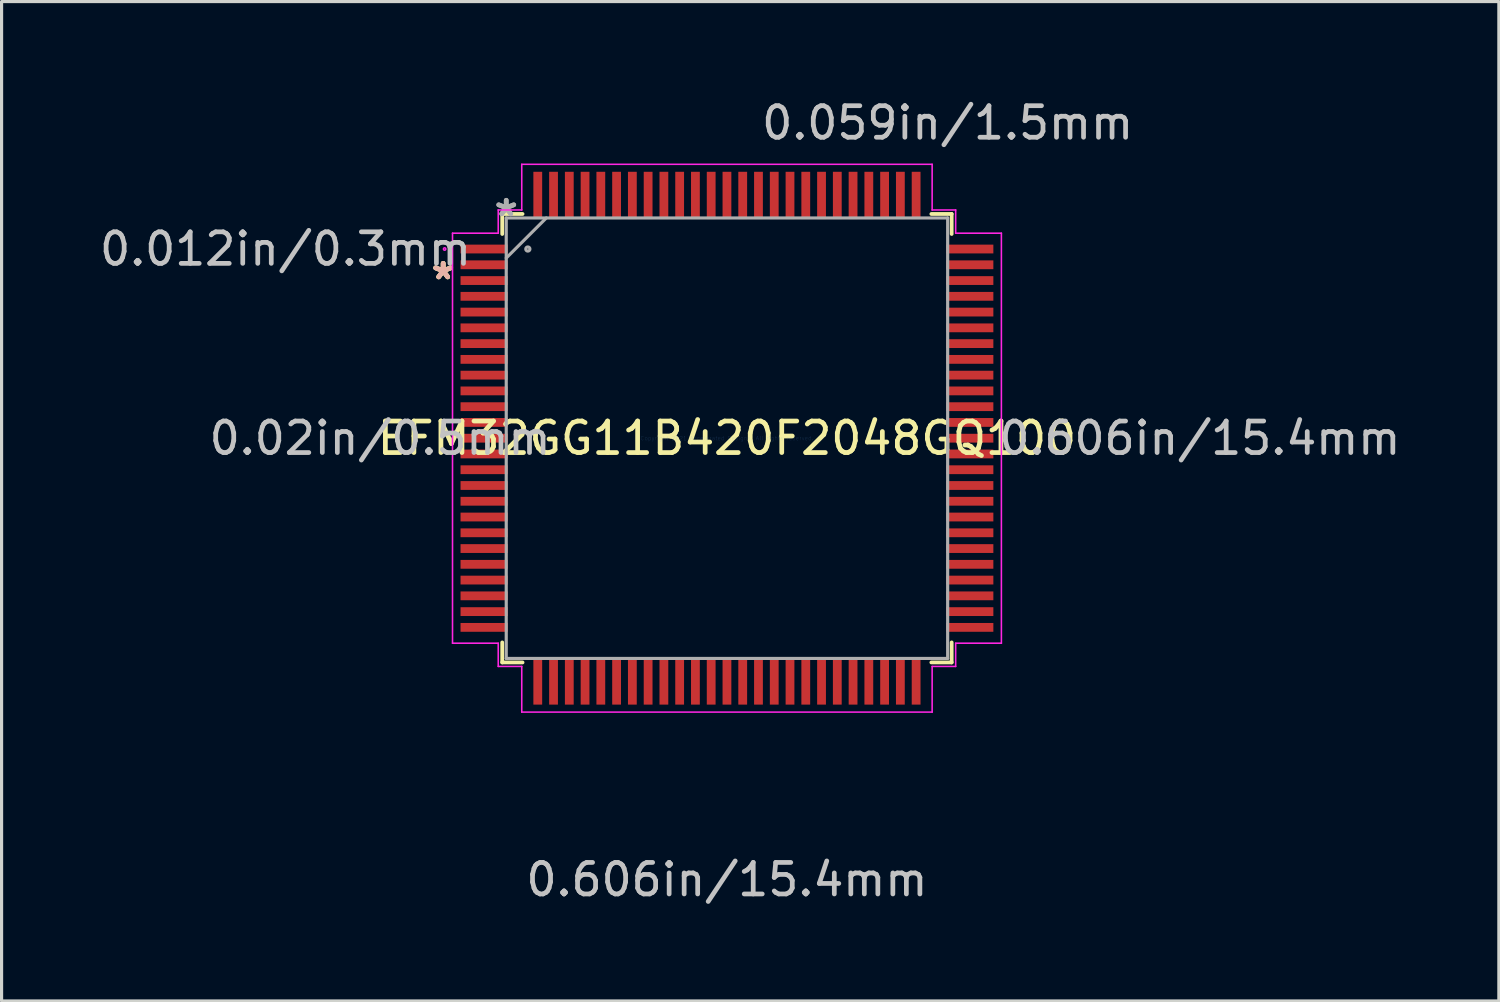
<source format=kicad_pcb>
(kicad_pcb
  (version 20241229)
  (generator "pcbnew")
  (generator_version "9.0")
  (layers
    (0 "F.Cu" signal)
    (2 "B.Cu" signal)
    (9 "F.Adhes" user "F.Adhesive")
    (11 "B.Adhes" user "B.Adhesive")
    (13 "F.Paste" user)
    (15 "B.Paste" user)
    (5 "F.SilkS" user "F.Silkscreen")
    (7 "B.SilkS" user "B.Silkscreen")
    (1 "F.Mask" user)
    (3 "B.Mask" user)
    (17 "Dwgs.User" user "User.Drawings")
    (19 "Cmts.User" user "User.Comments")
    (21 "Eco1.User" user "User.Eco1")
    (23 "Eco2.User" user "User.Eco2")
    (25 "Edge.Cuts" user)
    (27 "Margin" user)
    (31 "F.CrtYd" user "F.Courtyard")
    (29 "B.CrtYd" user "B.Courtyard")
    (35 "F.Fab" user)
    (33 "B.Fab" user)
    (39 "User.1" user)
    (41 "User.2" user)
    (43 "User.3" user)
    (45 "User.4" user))
  (footprint "EFM32GG11B420F2048GQ100"
    (layer "F.Cu")
    (at 20.006 10.848)
    (property "Reference" "EFM32GG11B420F2048GQ100" (at 0 0 0) (layer "F.SilkS") (effects (font (size 1 1) (thickness 0.15))))
    (attr through_hole)
    (fp_line (start -7.127 -7.112) (end -7.127 -6.477) (stroke (width 0.12) (type solid)) (layer "F.SilkS"))
    (fp_line (start -7.127 6.477) (end -7.127 7.112) (stroke (width 0.12) (type solid)) (layer "F.SilkS"))
    (fp_line (start -7.127 7.112) (end -6.483 7.112) (stroke (width 0.12) (type solid)) (layer "F.SilkS"))
    (fp_line (start -6.483 -7.112) (end -7.127 -7.112) (stroke (width 0.12) (type solid)) (layer "F.SilkS"))
    (fp_line (start 6.483 7.112) (end 7.127 7.112) (stroke (width 0.12) (type solid)) (layer "F.SilkS"))
    (fp_line (start 7.127 -7.112) (end 6.483 -7.112) (stroke (width 0.12) (type solid)) (layer "F.SilkS"))
    (fp_line (start 7.127 -6.477) (end 7.127 -7.112) (stroke (width 0.12) (type solid)) (layer "F.SilkS"))
    (fp_line (start 7.127 7.112) (end 7.127 6.477) (stroke (width 0.12) (type solid)) (layer "F.SilkS"))
    (fp_line (start -8.704 -6.502) (end -7.254 -6.502) (stroke (width 0.05) (type solid)) (layer "F.CrtYd"))
    (fp_line (start -8.704 6.502) (end -8.704 -6.502) (stroke (width 0.05) (type solid)) (layer "F.CrtYd"))
    (fp_line (start -7.254 -7.239) (end -6.508 -7.239) (stroke (width 0.05) (type solid)) (layer "F.CrtYd"))
    (fp_line (start -7.254 -6.502) (end -7.254 -7.239) (stroke (width 0.05) (type solid)) (layer "F.CrtYd"))
    (fp_line (start -7.254 6.502) (end -8.704 6.502) (stroke (width 0.05) (type solid)) (layer "F.CrtYd"))
    (fp_line (start -7.254 7.239) (end -7.254 6.502) (stroke (width 0.05) (type solid)) (layer "F.CrtYd"))
    (fp_line (start -6.508 -8.687) (end 6.508 -8.687) (stroke (width 0.05) (type solid)) (layer "F.CrtYd"))
    (fp_line (start -6.508 -7.239) (end -6.508 -8.687) (stroke (width 0.05) (type solid)) (layer "F.CrtYd"))
    (fp_line (start -6.508 7.239) (end -7.254 7.239) (stroke (width 0.05) (type solid)) (layer "F.CrtYd"))
    (fp_line (start -6.508 8.687) (end -6.508 7.239) (stroke (width 0.05) (type solid)) (layer "F.CrtYd"))
    (fp_line (start 6.508 -8.687) (end 6.508 -7.239) (stroke (width 0.05) (type solid)) (layer "F.CrtYd"))
    (fp_line (start 6.508 -7.239) (end 7.254 -7.239) (stroke (width 0.05) (type solid)) (layer "F.CrtYd"))
    (fp_line (start 6.508 7.239) (end 6.508 8.687) (stroke (width 0.05) (type solid)) (layer "F.CrtYd"))
    (fp_line (start 6.508 8.687) (end -6.508 8.687) (stroke (width 0.05) (type solid)) (layer "F.CrtYd"))
    (fp_line (start 7.254 -7.239) (end 7.254 -6.502) (stroke (width 0.05) (type solid)) (layer "F.CrtYd"))
    (fp_line (start 7.254 -6.502) (end 8.704 -6.502) (stroke (width 0.05) (type solid)) (layer "F.CrtYd"))
    (fp_line (start 7.254 6.502) (end 7.254 7.239) (stroke (width 0.05) (type solid)) (layer "F.CrtYd"))
    (fp_line (start 7.254 7.239) (end 6.508 7.239) (stroke (width 0.05) (type solid)) (layer "F.CrtYd"))
    (fp_line (start 8.704 -6.502) (end 8.704 6.502) (stroke (width 0.05) (type solid)) (layer "F.CrtYd"))
    (fp_line (start 8.704 6.502) (end 7.254 6.502) (stroke (width 0.05) (type solid)) (layer "F.CrtYd"))
    (fp_circle (center -8.954 -6) (end -8.941 -6) (stroke (width 0.05) (type solid)) (fill no) (layer "F.CrtYd"))
    (fp_line (start -7 -6.985) (end -7 6.985) (stroke (width 0.1) (type solid)) (layer "F.Fab"))
    (fp_line (start -7 -5.715) (end -5.73 -6.985) (stroke (width 0.1) (type solid)) (layer "F.Fab"))
    (fp_line (start -7 6.985) (end 7 6.985) (stroke (width 0.1) (type solid)) (layer "F.Fab"))
    (fp_line (start 7 -6.985) (end -7 -6.985) (stroke (width 0.1) (type solid)) (layer "F.Fab"))
    (fp_line (start 7 6.985) (end 7 -6.985) (stroke (width 0.1) (type solid)) (layer "F.Fab"))
    (fp_circle (center -6.315 -6) (end -6.299 -6) (stroke (width 0.1) (type solid)) (fill no) (layer "F.Fab"))
    (fp_text user "*" (at -9 -5 0) (layer "F.SilkS") (effects (font (size 1 1) (thickness 0.15))))
    (fp_text user "*" (at -9 -5 0) (layer "F.SilkS") (effects (font (size 1 1) (thickness 0.15))))
    (fp_text user "*" (at -9 -5 0) (layer "B.SilkS") (effects (font (size 1 1) (thickness 0.15))))
    (fp_text user "0.02in/0.5mm" (at -11 0 0) (layer "Dwgs.User") (effects (font (size 1 1) (thickness 0.15))))
    (fp_text user "0.012in/0.3mm" (at -14 -6 0) (layer "Dwgs.User") (effects (font (size 1 1) (thickness 0.15))))
    (fp_text user "0.606in/15.4mm" (at 0 14 0) (layer "Dwgs.User") (effects (font (size 1 1) (thickness 0.15))))
    (fp_text user "0.059in/1.5mm" (at 7 -10 0) (layer "Dwgs.User") (effects (font (size 1 1) (thickness 0.15))))
    (fp_text user "0.606in/15.4mm" (at 15 0 0) (layer "Dwgs.User") (effects (font (size 1 1) (thickness 0.15))))
    (fp_text user "Copyright 2021 Accelerated Designs. All rights reserved." (at 0 0 0) (layer "Cmts.User") (effects (font (size 0.127 0.127) (thickness 0.002))))
    (fp_text user "*" (at -7 -7 0) (layer "F.Fab") (effects (font (size 1 1) (thickness 0.15))))
    (fp_text user "*" (at -7 -7 0) (layer "F.Fab") (effects (font (size 1 1) (thickness 0.15))))
    (pad "1" smd rect (at -7.7 -6) (size 1.499 0.279) (layers "F.Cu" "F.Mask" "F.Paste"))
    (pad "2" smd rect (at -7.7 -5.5) (size 1.499 0.279) (layers "F.Cu" "F.Mask" "F.Paste"))
    (pad "3" smd rect (at -7.7 -5) (size 1.499 0.279) (layers "F.Cu" "F.Mask" "F.Paste"))
    (pad "4" smd rect (at -7.7 -4.5) (size 1.499 0.279) (layers "F.Cu" "F.Mask" "F.Paste"))
    (pad "5" smd rect (at -7.7 -4) (size 1.499 0.279) (layers "F.Cu" "F.Mask" "F.Paste"))
    (pad "6" smd rect (at -7.7 -3.5) (size 1.499 0.279) (layers "F.Cu" "F.Mask" "F.Paste"))
    (pad "7" smd rect (at -7.7 -3) (size 1.499 0.279) (layers "F.Cu" "F.Mask" "F.Paste"))
    (pad "8" smd rect (at -7.7 -2.5) (size 1.499 0.279) (layers "F.Cu" "F.Mask" "F.Paste"))
    (pad "9" smd rect (at -7.7 -2) (size 1.499 0.279) (layers "F.Cu" "F.Mask" "F.Paste"))
    (pad "10" smd rect (at -7.7 -1.5) (size 1.499 0.279) (layers "F.Cu" "F.Mask" "F.Paste"))
    (pad "11" smd rect (at -7.7 -1) (size 1.499 0.279) (layers "F.Cu" "F.Mask" "F.Paste"))
    (pad "12" smd rect (at -7.7 -0.5) (size 1.499 0.279) (layers "F.Cu" "F.Mask" "F.Paste"))
    (pad "13" smd rect (at -7.7 0) (size 1.499 0.279) (layers "F.Cu" "F.Mask" "F.Paste"))
    (pad "14" smd rect (at -7.7 0.5) (size 1.499 0.279) (layers "F.Cu" "F.Mask" "F.Paste"))
    (pad "15" smd rect (at -7.7 1) (size 1.499 0.279) (layers "F.Cu" "F.Mask" "F.Paste"))
    (pad "16" smd rect (at -7.7 1.5) (size 1.499 0.279) (layers "F.Cu" "F.Mask" "F.Paste"))
    (pad "17" smd rect (at -7.7 2) (size 1.499 0.279) (layers "F.Cu" "F.Mask" "F.Paste"))
    (pad "18" smd rect (at -7.7 2.5) (size 1.499 0.279) (layers "F.Cu" "F.Mask" "F.Paste"))
    (pad "19" smd rect (at -7.7 3) (size 1.499 0.279) (layers "F.Cu" "F.Mask" "F.Paste"))
    (pad "20" smd rect (at -7.7 3.5) (size 1.499 0.279) (layers "F.Cu" "F.Mask" "F.Paste"))
    (pad "21" smd rect (at -7.7 4) (size 1.499 0.279) (layers "F.Cu" "F.Mask" "F.Paste"))
    (pad "22" smd rect (at -7.7 4.5) (size 1.499 0.279) (layers "F.Cu" "F.Mask" "F.Paste"))
    (pad "23" smd rect (at -7.7 5) (size 1.499 0.279) (layers "F.Cu" "F.Mask" "F.Paste"))
    (pad "24" smd rect (at -7.7 5.5) (size 1.499 0.279) (layers "F.Cu" "F.Mask" "F.Paste"))
    (pad "25" smd rect (at -7.7 6) (size 1.499 0.279) (layers "F.Cu" "F.Mask" "F.Paste"))
    (pad "26" smd rect (at -6 7.7 90) (size 1.499 0.279) (layers "F.Cu" "F.Mask" "F.Paste"))
    (pad "27" smd rect (at -5.5 7.7 90) (size 1.499 0.279) (layers "F.Cu" "F.Mask" "F.Paste"))
    (pad "28" smd rect (at -5 7.7 90) (size 1.499 0.279) (layers "F.Cu" "F.Mask" "F.Paste"))
    (pad "29" smd rect (at -4.5 7.7 90) (size 1.499 0.279) (layers "F.Cu" "F.Mask" "F.Paste"))
    (pad "30" smd rect (at -4 7.7 90) (size 1.499 0.279) (layers "F.Cu" "F.Mask" "F.Paste"))
    (pad "31" smd rect (at -3.5 7.7 90) (size 1.499 0.279) (layers "F.Cu" "F.Mask" "F.Paste"))
    (pad "32" smd rect (at -3 7.7 90) (size 1.499 0.279) (layers "F.Cu" "F.Mask" "F.Paste"))
    (pad "33" smd rect (at -2.5 7.7 90) (size 1.499 0.279) (layers "F.Cu" "F.Mask" "F.Paste"))
    (pad "34" smd rect (at -2 7.7 90) (size 1.499 0.279) (layers "F.Cu" "F.Mask" "F.Paste"))
    (pad "35" smd rect (at -1.5 7.7 90) (size 1.499 0.279) (layers "F.Cu" "F.Mask" "F.Paste"))
    (pad "36" smd rect (at -1 7.7 90) (size 1.499 0.279) (layers "F.Cu" "F.Mask" "F.Paste"))
    (pad "37" smd rect (at -0.5 7.7 90) (size 1.499 0.279) (layers "F.Cu" "F.Mask" "F.Paste"))
    (pad "38" smd rect (at 0 7.7 90) (size 1.499 0.279) (layers "F.Cu" "F.Mask" "F.Paste"))
    (pad "39" smd rect (at 0.5 7.7 90) (size 1.499 0.279) (layers "F.Cu" "F.Mask" "F.Paste"))
    (pad "40" smd rect (at 1 7.7 90) (size 1.499 0.279) (layers "F.Cu" "F.Mask" "F.Paste"))
    (pad "41" smd rect (at 1.5 7.7 90) (size 1.499 0.279) (layers "F.Cu" "F.Mask" "F.Paste"))
    (pad "42" smd rect (at 2 7.7 90) (size 1.499 0.279) (layers "F.Cu" "F.Mask" "F.Paste"))
    (pad "43" smd rect (at 2.5 7.7 90) (size 1.499 0.279) (layers "F.Cu" "F.Mask" "F.Paste"))
    (pad "44" smd rect (at 3 7.7 90) (size 1.499 0.279) (layers "F.Cu" "F.Mask" "F.Paste"))
    (pad "45" smd rect (at 3.5 7.7 90) (size 1.499 0.279) (layers "F.Cu" "F.Mask" "F.Paste"))
    (pad "46" smd rect (at 4 7.7 90) (size 1.499 0.279) (layers "F.Cu" "F.Mask" "F.Paste"))
    (pad "47" smd rect (at 4.5 7.7 90) (size 1.499 0.279) (layers "F.Cu" "F.Mask" "F.Paste"))
    (pad "48" smd rect (at 5 7.7 90) (size 1.499 0.279) (layers "F.Cu" "F.Mask" "F.Paste"))
    (pad "49" smd rect (at 5.5 7.7 90) (size 1.499 0.279) (layers "F.Cu" "F.Mask" "F.Paste"))
    (pad "50" smd rect (at 6 7.7 90) (size 1.499 0.279) (layers "F.Cu" "F.Mask" "F.Paste"))
    (pad "51" smd rect (at 7.7 6) (size 1.499 0.279) (layers "F.Cu" "F.Mask" "F.Paste"))
    (pad "52" smd rect (at 7.7 5.5) (size 1.499 0.279) (layers "F.Cu" "F.Mask" "F.Paste"))
    (pad "53" smd rect (at 7.7 5) (size 1.499 0.279) (layers "F.Cu" "F.Mask" "F.Paste"))
    (pad "54" smd rect (at 7.7 4.5) (size 1.499 0.279) (layers "F.Cu" "F.Mask" "F.Paste"))
    (pad "55" smd rect (at 7.7 4) (size 1.499 0.279) (layers "F.Cu" "F.Mask" "F.Paste"))
    (pad "56" smd rect (at 7.7 3.5) (size 1.499 0.279) (layers "F.Cu" "F.Mask" "F.Paste"))
    (pad "57" smd rect (at 7.7 3) (size 1.499 0.279) (layers "F.Cu" "F.Mask" "F.Paste"))
    (pad "58" smd rect (at 7.7 2.5) (size 1.499 0.279) (layers "F.Cu" "F.Mask" "F.Paste"))
    (pad "59" smd rect (at 7.7 2) (size 1.499 0.279) (layers "F.Cu" "F.Mask" "F.Paste"))
    (pad "60" smd rect (at 7.7 1.5) (size 1.499 0.279) (layers "F.Cu" "F.Mask" "F.Paste"))
    (pad "61" smd rect (at 7.7 1) (size 1.499 0.279) (layers "F.Cu" "F.Mask" "F.Paste"))
    (pad "62" smd rect (at 7.7 0.5) (size 1.499 0.279) (layers "F.Cu" "F.Mask" "F.Paste"))
    (pad "63" smd rect (at 7.7 0) (size 1.499 0.279) (layers "F.Cu" "F.Mask" "F.Paste"))
    (pad "64" smd rect (at 7.7 -0.5) (size 1.499 0.279) (layers "F.Cu" "F.Mask" "F.Paste"))
    (pad "65" smd rect (at 7.7 -1) (size 1.499 0.279) (layers "F.Cu" "F.Mask" "F.Paste"))
    (pad "66" smd rect (at 7.7 -1.5) (size 1.499 0.279) (layers "F.Cu" "F.Mask" "F.Paste"))
    (pad "67" smd rect (at 7.7 -2) (size 1.499 0.279) (layers "F.Cu" "F.Mask" "F.Paste"))
    (pad "68" smd rect (at 7.7 -2.5) (size 1.499 0.279) (layers "F.Cu" "F.Mask" "F.Paste"))
    (pad "69" smd rect (at 7.7 -3) (size 1.499 0.279) (layers "F.Cu" "F.Mask" "F.Paste"))
    (pad "70" smd rect (at 7.7 -3.5) (size 1.499 0.279) (layers "F.Cu" "F.Mask" "F.Paste"))
    (pad "71" smd rect (at 7.7 -4) (size 1.499 0.279) (layers "F.Cu" "F.Mask" "F.Paste"))
    (pad "72" smd rect (at 7.7 -4.5) (size 1.499 0.279) (layers "F.Cu" "F.Mask" "F.Paste"))
    (pad "73" smd rect (at 7.7 -5) (size 1.499 0.279) (layers "F.Cu" "F.Mask" "F.Paste"))
    (pad "74" smd rect (at 7.7 -5.5) (size 1.499 0.279) (layers "F.Cu" "F.Mask" "F.Paste"))
    (pad "75" smd rect (at 7.7 -6) (size 1.499 0.279) (layers "F.Cu" "F.Mask" "F.Paste"))
    (pad "76" smd rect (at 6 -7.7 90) (size 1.499 0.279) (layers "F.Cu" "F.Mask" "F.Paste"))
    (pad "77" smd rect (at 5.5 -7.7 90) (size 1.499 0.279) (layers "F.Cu" "F.Mask" "F.Paste"))
    (pad "78" smd rect (at 5 -7.7 90) (size 1.499 0.279) (layers "F.Cu" "F.Mask" "F.Paste"))
    (pad "79" smd rect (at 4.5 -7.7 90) (size 1.499 0.279) (layers "F.Cu" "F.Mask" "F.Paste"))
    (pad "80" smd rect (at 4 -7.7 90) (size 1.499 0.279) (layers "F.Cu" "F.Mask" "F.Paste"))
    (pad "81" smd rect (at 3.5 -7.7 90) (size 1.499 0.279) (layers "F.Cu" "F.Mask" "F.Paste"))
    (pad "82" smd rect (at 3 -7.7 90) (size 1.499 0.279) (layers "F.Cu" "F.Mask" "F.Paste"))
    (pad "83" smd rect (at 2.5 -7.7 90) (size 1.499 0.279) (layers "F.Cu" "F.Mask" "F.Paste"))
    (pad "84" smd rect (at 2 -7.7 90) (size 1.499 0.279) (layers "F.Cu" "F.Mask" "F.Paste"))
    (pad "85" smd rect (at 1.5 -7.7 90) (size 1.499 0.279) (layers "F.Cu" "F.Mask" "F.Paste"))
    (pad "86" smd rect (at 1 -7.7 90) (size 1.499 0.279) (layers "F.Cu" "F.Mask" "F.Paste"))
    (pad "87" smd rect (at 0.5 -7.7 90) (size 1.499 0.279) (layers "F.Cu" "F.Mask" "F.Paste"))
    (pad "88" smd rect (at 0 -7.7 90) (size 1.499 0.279) (layers "F.Cu" "F.Mask" "F.Paste"))
    (pad "89" smd rect (at -0.5 -7.7 90) (size 1.499 0.279) (layers "F.Cu" "F.Mask" "F.Paste"))
    (pad "90" smd rect (at -1 -7.7 90) (size 1.499 0.279) (layers "F.Cu" "F.Mask" "F.Paste"))
    (pad "91" smd rect (at -1.5 -7.7 90) (size 1.499 0.279) (layers "F.Cu" "F.Mask" "F.Paste"))
    (pad "92" smd rect (at -2 -7.7 90) (size 1.499 0.279) (layers "F.Cu" "F.Mask" "F.Paste"))
    (pad "93" smd rect (at -2.5 -7.7 90) (size 1.499 0.279) (layers "F.Cu" "F.Mask" "F.Paste"))
    (pad "94" smd rect (at -3 -7.7 90) (size 1.499 0.279) (layers "F.Cu" "F.Mask" "F.Paste"))
    (pad "95" smd rect (at -3.5 -7.7 90) (size 1.499 0.279) (layers "F.Cu" "F.Mask" "F.Paste"))
    (pad "96" smd rect (at -4 -7.7 90) (size 1.499 0.279) (layers "F.Cu" "F.Mask" "F.Paste"))
    (pad "97" smd rect (at -4.5 -7.7 90) (size 1.499 0.279) (layers "F.Cu" "F.Mask" "F.Paste"))
    (pad "98" smd rect (at -5 -7.7 90) (size 1.499 0.279) (layers "F.Cu" "F.Mask" "F.Paste"))
    (pad "99" smd rect (at -5.5 -7.7 90) (size 1.499 0.279) (layers "F.Cu" "F.Mask" "F.Paste"))
    (pad "100" smd rect (at -6 -7.7 90) (size 1.499 0.279) (layers "F.Cu" "F.Mask" "F.Paste")))
  (gr_rect
    (start -3 -3)
    (end 44.488 28.697)
    (stroke (width 0.1) (type default))
    (fill no)
    (layer "Edge.Cuts")))
</source>
